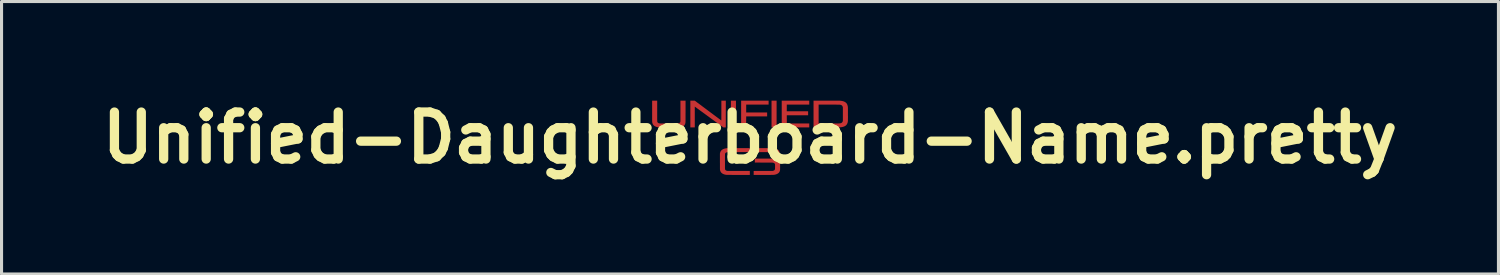
<source format=kicad_pcb>
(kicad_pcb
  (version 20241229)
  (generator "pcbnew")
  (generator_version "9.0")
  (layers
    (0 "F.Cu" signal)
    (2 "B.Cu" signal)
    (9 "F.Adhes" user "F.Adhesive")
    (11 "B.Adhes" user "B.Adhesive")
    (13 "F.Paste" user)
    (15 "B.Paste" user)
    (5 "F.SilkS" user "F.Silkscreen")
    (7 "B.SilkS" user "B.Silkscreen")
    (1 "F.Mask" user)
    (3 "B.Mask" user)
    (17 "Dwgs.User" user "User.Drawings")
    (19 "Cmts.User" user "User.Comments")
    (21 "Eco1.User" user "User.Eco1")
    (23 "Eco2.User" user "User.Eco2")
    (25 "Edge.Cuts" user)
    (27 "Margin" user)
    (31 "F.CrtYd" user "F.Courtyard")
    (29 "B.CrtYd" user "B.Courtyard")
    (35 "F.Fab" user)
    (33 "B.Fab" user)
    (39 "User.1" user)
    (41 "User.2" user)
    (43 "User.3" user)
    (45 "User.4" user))
  (footprint "Unified-Daughterboard-Name.pretty"
    (layer "F.Cu")
    (at 21.271 1.418)
    (property "Reference" "Unified-Daughterboard-Name.pretty" (at 0 0 0) (layer "F.SilkS") (effects (font (size 1.524 1.524) (thickness 0.3))))
    (attr through_hole)
    (pad "1" smd custom (at -3.1 -0.8) (size 0.1 0.1) (layers "F.Cu" "F.Mask") (options (anchor circle)) (primitives (gr_poly (pts (xy 0.09 -0.069) (xy 0.09 -0.032) (xy 0.09 0.003) (xy 0.09 0.036) (xy 0.09 0.065) (xy 0.09 0.092) (xy 0.09 0.117) (xy 0.09 0.139) (xy 0.09 0.16) (xy 0.09 0.178) (xy 0.09 0.194) (xy 0.09 0.209) (xy 0.091 0.222) (xy 0.091 0.233) (xy 0.091 0.243) (xy 0.091 0.252) (xy 0.091 0.259) (xy 0.092 0.265) (xy 0.092 0.27) (xy 0.093 0.275) (xy 0.093 0.278) (xy 0.093 0.281) (xy 0.094 0.284) (xy 0.095 0.286) (xy 0.095 0.288) (xy 0.096 0.289) (xy 0.097 0.291) (xy 0.098 0.292) (xy 0.099 0.294) (xy 0.099 0.294) (xy 0.106 0.305) (xy 0.116 0.314) (xy 0.128 0.322) (xy 0.143 0.327) (xy 0.159 0.332) (xy 0.176 0.334) (xy 0.179 0.334) (xy 0.185 0.334) (xy 0.194 0.335) (xy 0.205 0.335) (xy 0.219 0.335) (xy 0.234 0.335) (xy 0.251 0.335) (xy 0.27 0.335) (xy 0.291 0.335) (xy 0.312 0.335) (xy 0.335 0.335) (xy 0.359 0.335) (xy 0.384 0.336) (xy 0.409 0.336) (xy 0.435 0.336) (xy 0.461 0.336) (xy 0.486 0.336) (xy 0.512 0.336) (xy 0.538 0.336) (xy 0.563 0.336) (xy 0.587 0.335) (xy 0.61 0.335) (xy 0.633 0.335) (xy 0.654 0.335) (xy 0.674 0.335) (xy 0.692 0.335) (xy 0.708 0.335) (xy 0.723 0.335) (xy 0.735 0.335) (xy 0.745 0.334) (xy 0.753 0.334) (xy 0.757 0.334) (xy 0.759 0.334) (xy 0.778 0.331) (xy 0.794 0.327) (xy 0.808 0.321) (xy 0.82 0.313) (xy 0.83 0.304) (xy 0.837 0.293) (xy 0.842 0.28) (xy 0.842 0.279) (xy 0.842 0.277) (xy 0.843 0.276) (xy 0.843 0.273) (xy 0.843 0.27) (xy 0.843 0.267) (xy 0.843 0.262) (xy 0.843 0.256) (xy 0.844 0.249) (xy 0.844 0.241) (xy 0.844 0.231) (xy 0.844 0.22) (xy 0.844 0.207) (xy 0.844 0.193) (xy 0.844 0.176) (xy 0.844 0.158) (xy 0.844 0.138) (xy 0.844 0.115) (xy 0.844 0.09) (xy 0.844 0.063) (xy 0.844 0.033) (xy 0.844 0.001) (xy 0.844 -0.034) (xy 0.844 -0.067) (xy 0.844 -0.404) (xy 1.01 -0.404) (xy 1.01 -0.059) (xy 1.01 -0.021) (xy 1.009 0.015) (xy 1.009 0.048) (xy 1.009 0.078) (xy 1.009 0.106) (xy 1.009 0.131) (xy 1.009 0.155) (xy 1.009 0.176) (xy 1.009 0.195) (xy 1.009 0.212) (xy 1.009 0.227) (xy 1.009 0.241) (xy 1.008 0.253) (xy 1.008 0.264) (xy 1.008 0.274) (xy 1.008 0.282) (xy 1.007 0.289) (xy 1.007 0.296) (xy 1.007 0.302) (xy 1.006 0.306) (xy 1.006 0.311) (xy 1.005 0.315) (xy 1.004 0.318) (xy 1.004 0.322) (xy 1.003 0.325) (xy 1.002 0.328) (xy 1.001 0.332) (xy 1 0.336) (xy 1 0.339) (xy 0.993 0.359) (xy 0.984 0.378) (xy 0.973 0.394) (xy 0.959 0.409) (xy 0.944 0.422) (xy 0.926 0.434) (xy 0.925 0.434) (xy 0.91 0.441) (xy 0.896 0.447) (xy 0.881 0.452) (xy 0.866 0.455) (xy 0.849 0.458) (xy 0.83 0.461) (xy 0.809 0.462) (xy 0.806 0.463) (xy 0.802 0.463) (xy 0.795 0.463) (xy 0.786 0.463) (xy 0.774 0.463) (xy 0.76 0.463) (xy 0.743 0.463) (xy 0.725 0.464) (xy 0.705 0.464) (xy 0.684 0.464) (xy 0.661 0.464) (xy 0.637 0.464) (xy 0.612 0.464) (xy 0.587 0.464) (xy 0.56 0.464) (xy 0.533 0.464) (xy 0.506 0.464) (xy 0.478 0.464) (xy 0.451 0.464) (xy 0.424 0.464) (xy 0.397 0.464) (xy 0.37 0.464) (xy 0.345 0.464) (xy 0.32 0.464) (xy 0.297 0.464) (xy 0.274 0.464) (xy 0.253 0.464) (xy 0.234 0.463) (xy 0.217 0.463) (xy 0.201 0.463) (xy 0.188 0.463) (xy 0.177 0.463) (xy 0.168 0.463) (xy 0.162 0.463) (xy 0.16 0.463) (xy 0.131 0.46) (xy 0.104 0.456) (xy 0.079 0.45) (xy 0.056 0.443) (xy 0.034 0.434) (xy 0.027 0.431) (xy 0.011 0.422) (xy -0.004 0.412) (xy -0.017 0.401) (xy -0.023 0.396) (xy -0.037 0.379) (xy -0.049 0.362) (xy -0.058 0.342) (xy -0.066 0.32) (xy -0.071 0.297) (xy -0.072 0.29) (xy -0.072 0.288) (xy -0.072 0.285) (xy -0.073 0.282) (xy -0.073 0.278) (xy -0.073 0.273) (xy -0.073 0.267) (xy -0.073 0.26) (xy -0.073 0.252) (xy -0.074 0.242) (xy -0.074 0.231) (xy -0.074 0.218) (xy -0.074 0.204) (xy -0.074 0.188) (xy -0.074 0.17) (xy -0.074 0.15) (xy -0.074 0.128) (xy -0.074 0.103) (xy -0.074 0.076) (xy -0.074 0.047) (xy -0.074 0.015) (xy -0.074 -0.019) (xy -0.074 -0.057) (xy -0.074 -0.065) (xy -0.074 -0.404) (xy 0.09 -0.404)) (width 0) (fill yes))))
    (pad "1" smd custom (at -1.86 -1.08) (size 0.1 0.1) (layers "F.Cu" "F.Mask") (options (anchor circle)) (primitives (gr_poly (pts (xy 1.075 0.744) (xy 0.995 0.744) (xy 0.726 0.548) (xy 0.698 0.527) (xy 0.668 0.506) (xy 0.637 0.483) (xy 0.606 0.461) (xy 0.574 0.437) (xy 0.542 0.414) (xy 0.511 0.391) (xy 0.479 0.368) (xy 0.448 0.345) (xy 0.417 0.323) (xy 0.388 0.301) (xy 0.36 0.281) (xy 0.333 0.261) (xy 0.308 0.243) (xy 0.284 0.226) (xy 0.264 0.211) (xy 0.242 0.195) (xy 0.222 0.18) (xy 0.202 0.166) (xy 0.183 0.152) (xy 0.165 0.139) (xy 0.148 0.127) (xy 0.133 0.115) (xy 0.119 0.105) (xy 0.106 0.096) (xy 0.095 0.088) (xy 0.086 0.081) (xy 0.079 0.076) (xy 0.073 0.072) (xy 0.07 0.07) (xy 0.07 0.07) (xy 0.07 0.071) (xy 0.069 0.075) (xy 0.069 0.082) (xy 0.069 0.092) (xy 0.069 0.104) (xy 0.069 0.118) (xy 0.069 0.135) (xy 0.069 0.153) (xy 0.069 0.174) (xy 0.069 0.196) (xy 0.069 0.22) (xy 0.069 0.245) (xy 0.069 0.272) (xy 0.069 0.3) (xy 0.069 0.329) (xy 0.069 0.359) (xy 0.069 0.39) (xy 0.069 0.407) (xy 0.069 0.744) (xy -0.075 0.744) (xy -0.075 -0.124) (xy 0.068 -0.124) (xy 0.499 0.198) (xy 0.93 0.519) (xy 0.931 0.198) (xy 0.931 -0.124) (xy 1.075 -0.124)) (width 0) (fill yes))))
    (pad "1" smd custom (at -0.9 0.79) (size 0.1 0.1) (layers "F.Cu" "F.Mask") (options (anchor circle)) (primitives (gr_poly (pts (xy 0.894 -0.326) (xy 0.541 -0.326) (xy 0.502 -0.326) (xy 0.466 -0.326) (xy 0.432 -0.326) (xy 0.401 -0.326) (xy 0.373 -0.325) (xy 0.347 -0.325) (xy 0.323 -0.325) (xy 0.301 -0.325) (xy 0.282 -0.325) (xy 0.264 -0.325) (xy 0.248 -0.325) (xy 0.234 -0.325) (xy 0.221 -0.325) (xy 0.21 -0.325) (xy 0.2 -0.324) (xy 0.192 -0.324) (xy 0.184 -0.324) (xy 0.178 -0.324) (xy 0.172 -0.323) (xy 0.168 -0.323) (xy 0.164 -0.323) (xy 0.16 -0.322) (xy 0.157 -0.322) (xy 0.154 -0.321) (xy 0.152 -0.321) (xy 0.149 -0.32) (xy 0.149 -0.32) (xy 0.135 -0.316) (xy 0.122 -0.309) (xy 0.111 -0.302) (xy 0.102 -0.293) (xy 0.096 -0.284) (xy 0.095 -0.282) (xy 0.094 -0.281) (xy 0.093 -0.279) (xy 0.093 -0.277) (xy 0.092 -0.275) (xy 0.091 -0.272) (xy 0.091 -0.269) (xy 0.09 -0.266) (xy 0.09 -0.261) (xy 0.089 -0.256) (xy 0.089 -0.249) (xy 0.089 -0.241) (xy 0.089 -0.232) (xy 0.088 -0.222) (xy 0.088 -0.209) (xy 0.088 -0.195) (xy 0.088 -0.179) (xy 0.088 -0.161) (xy 0.088 -0.141) (xy 0.088 -0.118) (xy 0.088 -0.093) (xy 0.088 -0.065) (xy 0.088 -0.035) (xy 0.088 -0.019) (xy 0.088 0.012) (xy 0.088 0.041) (xy 0.088 0.067) (xy 0.088 0.091) (xy 0.088 0.112) (xy 0.088 0.131) (xy 0.088 0.148) (xy 0.088 0.163) (xy 0.088 0.176) (xy 0.088 0.188) (xy 0.089 0.197) (xy 0.089 0.206) (xy 0.089 0.213) (xy 0.09 0.219) (xy 0.09 0.224) (xy 0.09 0.228) (xy 0.091 0.231) (xy 0.092 0.234) (xy 0.092 0.236) (xy 0.093 0.238) (xy 0.094 0.24) (xy 0.095 0.242) (xy 0.096 0.244) (xy 0.097 0.246) (xy 0.104 0.256) (xy 0.114 0.265) (xy 0.126 0.272) (xy 0.141 0.278) (xy 0.148 0.281) (xy 0.163 0.285) (xy 0.894 0.285) (xy 0.894 0.414) (xy 0.527 0.414) (xy 0.494 0.414) (xy 0.462 0.414) (xy 0.431 0.414) (xy 0.4 0.414) (xy 0.371 0.414) (xy 0.343 0.414) (xy 0.317 0.414) (xy 0.292 0.413) (xy 0.269 0.413) (xy 0.247 0.413) (xy 0.227 0.413) (xy 0.21 0.413) (xy 0.194 0.413) (xy 0.181 0.413) (xy 0.17 0.413) (xy 0.162 0.413) (xy 0.156 0.413) (xy 0.153 0.413) (xy 0.153 0.413) (xy 0.122 0.41) (xy 0.093 0.405) (xy 0.066 0.398) (xy 0.042 0.389) (xy 0.019 0.378) (xy -0.000191 0.367) (xy -0.009 0.36) (xy -0.019 0.352) (xy -0.029 0.342) (xy -0.037 0.333) (xy -0.044 0.324) (xy -0.044 0.323) (xy -0.056 0.303) (xy -0.065 0.282) (xy -0.071 0.258) (xy -0.073 0.252) (xy -0.073 0.25) (xy -0.073 0.248) (xy -0.074 0.246) (xy -0.074 0.243) (xy -0.074 0.24) (xy -0.074 0.236) (xy -0.075 0.231) (xy -0.075 0.225) (xy -0.075 0.219) (xy -0.075 0.21) (xy -0.075 0.201) (xy -0.075 0.19) (xy -0.075 0.177) (xy -0.075 0.163) (xy -0.075 0.146) (xy -0.075 0.128) (xy -0.075 0.107) (xy -0.075 0.084) (xy -0.075 0.058) (xy -0.075 0.03) (xy -0.076 -0.001) (xy -0.076 -0.279) (xy -0.072 -0.294) (xy -0.067 -0.315) (xy -0.06 -0.333) (xy -0.052 -0.35) (xy -0.042 -0.365) (xy -0.031 -0.379) (xy -0.023 -0.387) (xy -0.007 -0.4) (xy 0.01 -0.412) (xy 0.029 -0.423) (xy 0.051 -0.431) (xy 0.075 -0.439) (xy 0.101 -0.445) (xy 0.129 -0.45) (xy 0.14 -0.451) (xy 0.142 -0.452) (xy 0.146 -0.452) (xy 0.152 -0.452) (xy 0.159 -0.452) (xy 0.168 -0.452) (xy 0.179 -0.453) (xy 0.192 -0.453) (xy 0.208 -0.453) (xy 0.225 -0.453) (xy 0.244 -0.453) (xy 0.266 -0.453) (xy 0.29 -0.453) (xy 0.316 -0.453) (xy 0.345 -0.453) (xy 0.377 -0.454) (xy 0.411 -0.454) (xy 0.448 -0.454) (xy 0.488 -0.454) (xy 0.524 -0.454) (xy 0.894 -0.454)) (width 0) (fill yes))))
    (pad "1" smd custom (at -0.54 -1.02) (size 0.1 0.1) (layers "F.Cu" "F.Mask") (options (anchor circle)) (primitives (gr_poly (pts (xy 0.084 0.684) (xy 0.003 0.684) (xy -0.012 0.684) (xy -0.026 0.684) (xy -0.039 0.684) (xy -0.051 0.684) (xy -0.061 0.684) (xy -0.069 0.684) (xy -0.075 0.684) (xy -0.078 0.683) (xy -0.079 0.683) (xy -0.079 0.682) (xy -0.079 0.677) (xy -0.079 0.67) (xy -0.079 0.66) (xy -0.079 0.648) (xy -0.079 0.634) (xy -0.079 0.617) (xy -0.079 0.598) (xy -0.079 0.577) (xy -0.079 0.554) (xy -0.08 0.529) (xy -0.08 0.503) (xy -0.08 0.475) (xy -0.08 0.445) (xy -0.08 0.415) (xy -0.08 0.383) (xy -0.08 0.349) (xy -0.08 0.315) (xy -0.08 0.28) (xy -0.08 0.249) (xy -0.08 -0.184) (xy 0.084 -0.184)) (width 0) (fill yes))))
    (pad "1" smd custom (at -0.21 -1.11) (size 0.1 0.1) (layers "F.Cu" "F.Mask") (options (anchor circle)) (primitives (gr_poly (pts (xy 0.813 0.035) (xy 0.086 0.035) (xy 0.086 0.288) (xy 0.765 0.288) (xy 0.765 0.416) (xy 0.086 0.416) (xy 0.085 0.595) (xy 0.085 0.773) (xy 0.003 0.774) (xy -0.078 0.774) (xy -0.078 -0.094) (xy 0.813 -0.094)) (width 0) (fill yes))))
    (pad "1" smd custom (at 0.52 0.73) (size 0.1 0.1) (layers "F.Cu" "F.Mask") (options (anchor circle)) (primitives (gr_poly (pts (xy 0.037 -0.394) (xy 0.067 -0.394) (xy 0.094 -0.394) (xy 0.119 -0.394) (xy 0.141 -0.394) (xy 0.16 -0.394) (xy 0.176 -0.393) (xy 0.189 -0.393) (xy 0.199 -0.393) (xy 0.207 -0.393) (xy 0.21 -0.393) (xy 0.241 -0.39) (xy 0.27 -0.387) (xy 0.296 -0.381) (xy 0.32 -0.375) (xy 0.342 -0.366) (xy 0.362 -0.357) (xy 0.38 -0.345) (xy 0.396 -0.333) (xy 0.397 -0.332) (xy 0.41 -0.317) (xy 0.421 -0.301) (xy 0.43 -0.282) (xy 0.437 -0.262) (xy 0.442 -0.24) (xy 0.442 -0.239) (xy 0.443 -0.232) (xy 0.444 -0.224) (xy 0.444 -0.213) (xy 0.444 -0.201) (xy 0.444 -0.187) (xy 0.445 -0.174) (xy 0.444 -0.16) (xy 0.444 -0.147) (xy 0.444 -0.135) (xy 0.443 -0.124) (xy 0.443 -0.115) (xy 0.442 -0.109) (xy 0.442 -0.109) (xy 0.438 -0.089) (xy 0.431 -0.07) (xy 0.422 -0.053) (xy 0.411 -0.038) (xy 0.398 -0.024) (xy 0.383 -0.013) (xy 0.367 -0.005) (xy 0.355 0.000007) (xy 0.35 0.002) (xy 0.347 0.003) (xy 0.346 0.004) (xy 0.346 0.004) (xy 0.348 0.005) (xy 0.352 0.006) (xy 0.356 0.007) (xy 0.374 0.015) (xy 0.392 0.025) (xy 0.409 0.037) (xy 0.422 0.049) (xy 0.431 0.059) (xy 0.438 0.069) (xy 0.444 0.079) (xy 0.448 0.091) (xy 0.449 0.096) (xy 0.451 0.101) (xy 0.452 0.106) (xy 0.453 0.112) (xy 0.454 0.118) (xy 0.455 0.125) (xy 0.455 0.133) (xy 0.456 0.143) (xy 0.456 0.154) (xy 0.456 0.167) (xy 0.456 0.182) (xy 0.456 0.199) (xy 0.456 0.219) (xy 0.456 0.227) (xy 0.456 0.246) (xy 0.456 0.262) (xy 0.455 0.276) (xy 0.455 0.288) (xy 0.455 0.298) (xy 0.454 0.307) (xy 0.454 0.314) (xy 0.453 0.32) (xy 0.452 0.326) (xy 0.451 0.331) (xy 0.45 0.336) (xy 0.448 0.341) (xy 0.446 0.347) (xy 0.444 0.352) (xy 0.436 0.371) (xy 0.426 0.388) (xy 0.413 0.404) (xy 0.397 0.418) (xy 0.379 0.431) (xy 0.358 0.442) (xy 0.335 0.452) (xy 0.334 0.453) (xy 0.313 0.459) (xy 0.29 0.465) (xy 0.265 0.469) (xy 0.237 0.472) (xy 0.231 0.473) (xy 0.227 0.473) (xy 0.221 0.473) (xy 0.211 0.473) (xy 0.198 0.473) (xy 0.183 0.473) (xy 0.165 0.473) (xy 0.144 0.474) (xy 0.121 0.474) (xy 0.096 0.474) (xy 0.068 0.474) (xy 0.038 0.474) (xy 0.005 0.474) (xy -0.03 0.474) (xy -0.067 0.474) (xy -0.095 0.474) (xy -0.402 0.474) (xy -0.401 0.41) (xy -0.401 0.346) (xy -0.094 0.345) (xy 0.213 0.345) (xy 0.228 0.341) (xy 0.243 0.336) (xy 0.256 0.33) (xy 0.267 0.323) (xy 0.275 0.314) (xy 0.281 0.305) (xy 0.282 0.304) (xy 0.284 0.3) (xy 0.286 0.296) (xy 0.287 0.292) (xy 0.288 0.288) (xy 0.289 0.283) (xy 0.29 0.277) (xy 0.29 0.27) (xy 0.291 0.261) (xy 0.291 0.251) (xy 0.291 0.238) (xy 0.292 0.223) (xy 0.292 0.213) (xy 0.292 0.193) (xy 0.292 0.177) (xy 0.292 0.163) (xy 0.292 0.151) (xy 0.291 0.143) (xy 0.291 0.137) (xy 0.291 0.136) (xy 0.288 0.124) (xy 0.283 0.113) (xy 0.277 0.103) (xy 0.268 0.095) (xy 0.256 0.089) (xy 0.242 0.083) (xy 0.24 0.082) (xy 0.237 0.081) (xy 0.235 0.08) (xy 0.232 0.08) (xy 0.23 0.079) (xy 0.227 0.078) (xy 0.224 0.078) (xy 0.221 0.077) (xy 0.217 0.077) (xy 0.213 0.076) (xy 0.208 0.076) (xy 0.202 0.075) (xy 0.195 0.075) (xy 0.187 0.075) (xy 0.177 0.075) (xy 0.166 0.074) (xy 0.153 0.074) (xy 0.139 0.074) (xy 0.123 0.074) (xy 0.105 0.074) (xy 0.085 0.074) (xy 0.063 0.074) (xy 0.038 0.074) (xy 0.011 0.074) (xy -0.018 0.074) (xy -0.051 0.074) (xy -0.079 0.074) (xy -0.365 0.073) (xy -0.364 -0.055) (xy 0.219 -0.056) (xy 0.231 -0.06) (xy 0.244 -0.064) (xy 0.254 -0.069) (xy 0.262 -0.074) (xy 0.269 -0.081) (xy 0.273 -0.088) (xy 0.275 -0.092) (xy 0.276 -0.096) (xy 0.277 -0.1) (xy 0.278 -0.105) (xy 0.279 -0.11) (xy 0.28 -0.117) (xy 0.28 -0.125) (xy 0.28 -0.135) (xy 0.28 -0.148) (xy 0.28 -0.162) (xy 0.28 -0.165) (xy 0.28 -0.18) (xy 0.279 -0.192) (xy 0.279 -0.202) (xy 0.279 -0.21) (xy 0.278 -0.217) (xy 0.277 -0.222) (xy 0.276 -0.226) (xy 0.275 -0.23) (xy 0.273 -0.233) (xy 0.27 -0.236) (xy 0.269 -0.238) (xy 0.263 -0.245) (xy 0.256 -0.251) (xy 0.247 -0.255) (xy 0.236 -0.259) (xy 0.223 -0.262) (xy 0.221 -0.262) (xy 0.22 -0.263) (xy 0.217 -0.263) (xy 0.215 -0.263) (xy 0.211 -0.263) (xy 0.207 -0.264) (xy 0.203 -0.264) (xy 0.197 -0.264) (xy 0.19 -0.264) (xy 0.182 -0.264) (xy 0.172 -0.264) (xy 0.162 -0.264) (xy 0.149 -0.265) (xy 0.135 -0.265) (xy 0.119 -0.265) (xy 0.101 -0.265) (xy 0.081 -0.265) (xy 0.059 -0.265) (xy 0.034 -0.265) (xy 0.007 -0.265) (xy -0.022 -0.265) (xy -0.054 -0.265) (xy -0.089 -0.265) (xy -0.096 -0.265) (xy -0.402 -0.266) (xy -0.401 -0.33) (xy -0.401 -0.393) (xy -0.11 -0.394) (xy -0.07 -0.394) (xy -0.031 -0.394) (xy 0.004 -0.394)) (width 0) (fill yes))))
    (pad "1" smd custom (at 0.78 -0.91) (size 0.1 0.1) (layers "F.Cu" "F.Mask") (options (anchor circle)) (primitives (gr_poly (pts (xy 0.082 0.574) (xy -0.082 0.574) (xy -0.082 -0.294) (xy 0.082 -0.294)) (width 0) (fill yes))))
    (pad "1" smd custom (at 1.12 -1.09) (size 0.1 0.1) (layers "F.Cu" "F.Mask") (options (anchor circle)) (primitives (gr_poly (pts (xy 0.801 0.015) (xy 0.072 0.015) (xy 0.072 0.231) (xy 0.764 0.231) (xy 0.764 0.359) (xy 0.072 0.359) (xy 0.073 0.492) (xy 0.073 0.625) (xy 0.437 0.625) (xy 0.801 0.626) (xy 0.801 0.754) (xy 0.356 0.754) (xy 0.32 0.754) (xy 0.284 0.754) (xy 0.25 0.754) (xy 0.216 0.754) (xy 0.184 0.754) (xy 0.153 0.754) (xy 0.123 0.754) (xy 0.095 0.754) (xy 0.068 0.754) (xy 0.043 0.754) (xy 0.019 0.754) (xy -0.002 0.754) (xy -0.022 0.754) (xy -0.039 0.754) (xy -0.054 0.754) (xy -0.066 0.754) (xy -0.077 0.753) (xy -0.084 0.753) (xy -0.089 0.753) (xy -0.091 0.753) (xy -0.091 0.753) (xy -0.091 0.752) (xy -0.091 0.747) (xy -0.091 0.74) (xy -0.091 0.73) (xy -0.091 0.718) (xy -0.091 0.704) (xy -0.092 0.687) (xy -0.092 0.668) (xy -0.092 0.647) (xy -0.092 0.624) (xy -0.092 0.599) (xy -0.092 0.573) (xy -0.092 0.545) (xy -0.092 0.515) (xy -0.092 0.485) (xy -0.092 0.453) (xy -0.092 0.419) (xy -0.092 0.385) (xy -0.092 0.35) (xy -0.092 0.319) (xy -0.092 -0.114) (xy 0.801 -0.114)) (width 0) (fill yes))))
    (pad "1" smd custom (at 2.15 -1.08) (size 0.1 0.1) (layers "F.Cu" "F.Mask") (options (anchor circle)) (primitives (gr_poly (pts (xy 0.325 -0.124) (xy 0.369 -0.124) (xy 0.41 -0.124) (xy 0.45 -0.124) (xy 0.488 -0.124) (xy 0.523 -0.124) (xy 0.556 -0.124) (xy 0.587 -0.124) (xy 0.616 -0.124) (xy 0.642 -0.124) (xy 0.666 -0.123) (xy 0.688 -0.123) (xy 0.707 -0.123) (xy 0.723 -0.123) (xy 0.736 -0.123) (xy 0.747 -0.123) (xy 0.755 -0.123) (xy 0.76 -0.123) (xy 0.762 -0.123) (xy 0.795 -0.12) (xy 0.825 -0.115) (xy 0.852 -0.11) (xy 0.878 -0.103) (xy 0.901 -0.094) (xy 0.922 -0.084) (xy 0.941 -0.073) (xy 0.957 -0.06) (xy 0.967 -0.051) (xy 0.979 -0.038) (xy 0.989 -0.025) (xy 0.997 -0.01) (xy 1.004 0.006) (xy 1.011 0.024) (xy 1.016 0.044) (xy 1.021 0.066) (xy 1.022 0.073) (xy 1.023 0.075) (xy 1.023 0.077) (xy 1.023 0.08) (xy 1.023 0.084) (xy 1.024 0.089) (xy 1.024 0.094) (xy 1.024 0.101) (xy 1.024 0.109) (xy 1.024 0.118) (xy 1.025 0.129) (xy 1.025 0.141) (xy 1.025 0.156) (xy 1.025 0.172) (xy 1.025 0.191) (xy 1.025 0.212) (xy 1.025 0.235) (xy 1.025 0.261) (xy 1.025 0.29) (xy 1.025 0.3) (xy 1.025 0.334) (xy 1.025 0.364) (xy 1.026 0.392) (xy 1.026 0.417) (xy 1.026 0.439) (xy 1.025 0.459) (xy 1.025 0.476) (xy 1.025 0.491) (xy 1.025 0.503) (xy 1.025 0.514) (xy 1.025 0.522) (xy 1.025 0.528) (xy 1.024 0.532) (xy 1.024 0.533) (xy 1.021 0.56) (xy 1.016 0.585) (xy 1.008 0.608) (xy 0.999 0.628) (xy 0.988 0.647) (xy 0.975 0.664) (xy 0.96 0.679) (xy 0.942 0.692) (xy 0.922 0.704) (xy 0.9 0.714) (xy 0.88 0.721) (xy 0.86 0.727) (xy 0.839 0.732) (xy 0.817 0.736) (xy 0.792 0.739) (xy 0.765 0.742) (xy 0.747 0.743) (xy 0.742 0.743) (xy 0.735 0.743) (xy 0.725 0.743) (xy 0.712 0.743) (xy 0.696 0.743) (xy 0.678 0.744) (xy 0.657 0.744) (xy 0.634 0.744) (xy 0.608 0.744) (xy 0.58 0.744) (xy 0.551 0.744) (xy 0.519 0.744) (xy 0.484 0.744) (xy 0.448 0.744) (xy 0.411 0.744) (xy 0.371 0.744) (xy 0.329 0.744) (xy 0.314 0.744) (xy -0.09 0.744) (xy -0.09 0.616) (xy 0.075 0.616) (xy 0.397 0.616) (xy 0.435 0.616) (xy 0.472 0.616) (xy 0.506 0.615) (xy 0.539 0.615) (xy 0.569 0.615) (xy 0.597 0.615) (xy 0.623 0.615) (xy 0.647 0.615) (xy 0.668 0.615) (xy 0.686 0.615) (xy 0.702 0.615) (xy 0.715 0.615) (xy 0.726 0.614) (xy 0.734 0.614) (xy 0.739 0.614) (xy 0.74 0.614) (xy 0.76 0.612) (xy 0.778 0.609) (xy 0.794 0.606) (xy 0.808 0.601) (xy 0.819 0.595) (xy 0.829 0.588) (xy 0.836 0.582) (xy 0.843 0.573) (xy 0.85 0.563) (xy 0.854 0.552) (xy 0.858 0.539) (xy 0.861 0.525) (xy 0.861 0.099) (xy 0.858 0.084) (xy 0.853 0.068) (xy 0.847 0.054) (xy 0.838 0.042) (xy 0.833 0.036) (xy 0.826 0.03) (xy 0.819 0.025) (xy 0.811 0.02) (xy 0.802 0.017) (xy 0.797 0.015) (xy 0.794 0.014) (xy 0.791 0.013) (xy 0.789 0.012) (xy 0.786 0.011) (xy 0.784 0.011) (xy 0.781 0.01) (xy 0.778 0.009) (xy 0.774 0.009) (xy 0.77 0.008) (xy 0.765 0.008) (xy 0.76 0.007) (xy 0.753 0.007) (xy 0.746 0.007) (xy 0.737 0.006) (xy 0.728 0.006) (xy 0.716 0.006) (xy 0.704 0.006) (xy 0.69 0.006) (xy 0.674 0.006) (xy 0.656 0.005) (xy 0.636 0.005) (xy 0.614 0.005) (xy 0.59 0.005) (xy 0.564 0.005) (xy 0.535 0.005) (xy 0.504 0.005) (xy 0.47 0.005) (xy 0.433 0.005) (xy 0.414 0.005) (xy 0.075 0.005) (xy 0.075 0.616) (xy -0.09 0.616) (xy -0.09 -0.124)) (width 0) (fill yes)))))
  (gr_rect
    (start -3 -3)
    (end 45.541 5.836)
    (stroke (width 0.1) (type default))
    (fill no)
    (layer "Edge.Cuts")))
</source>
